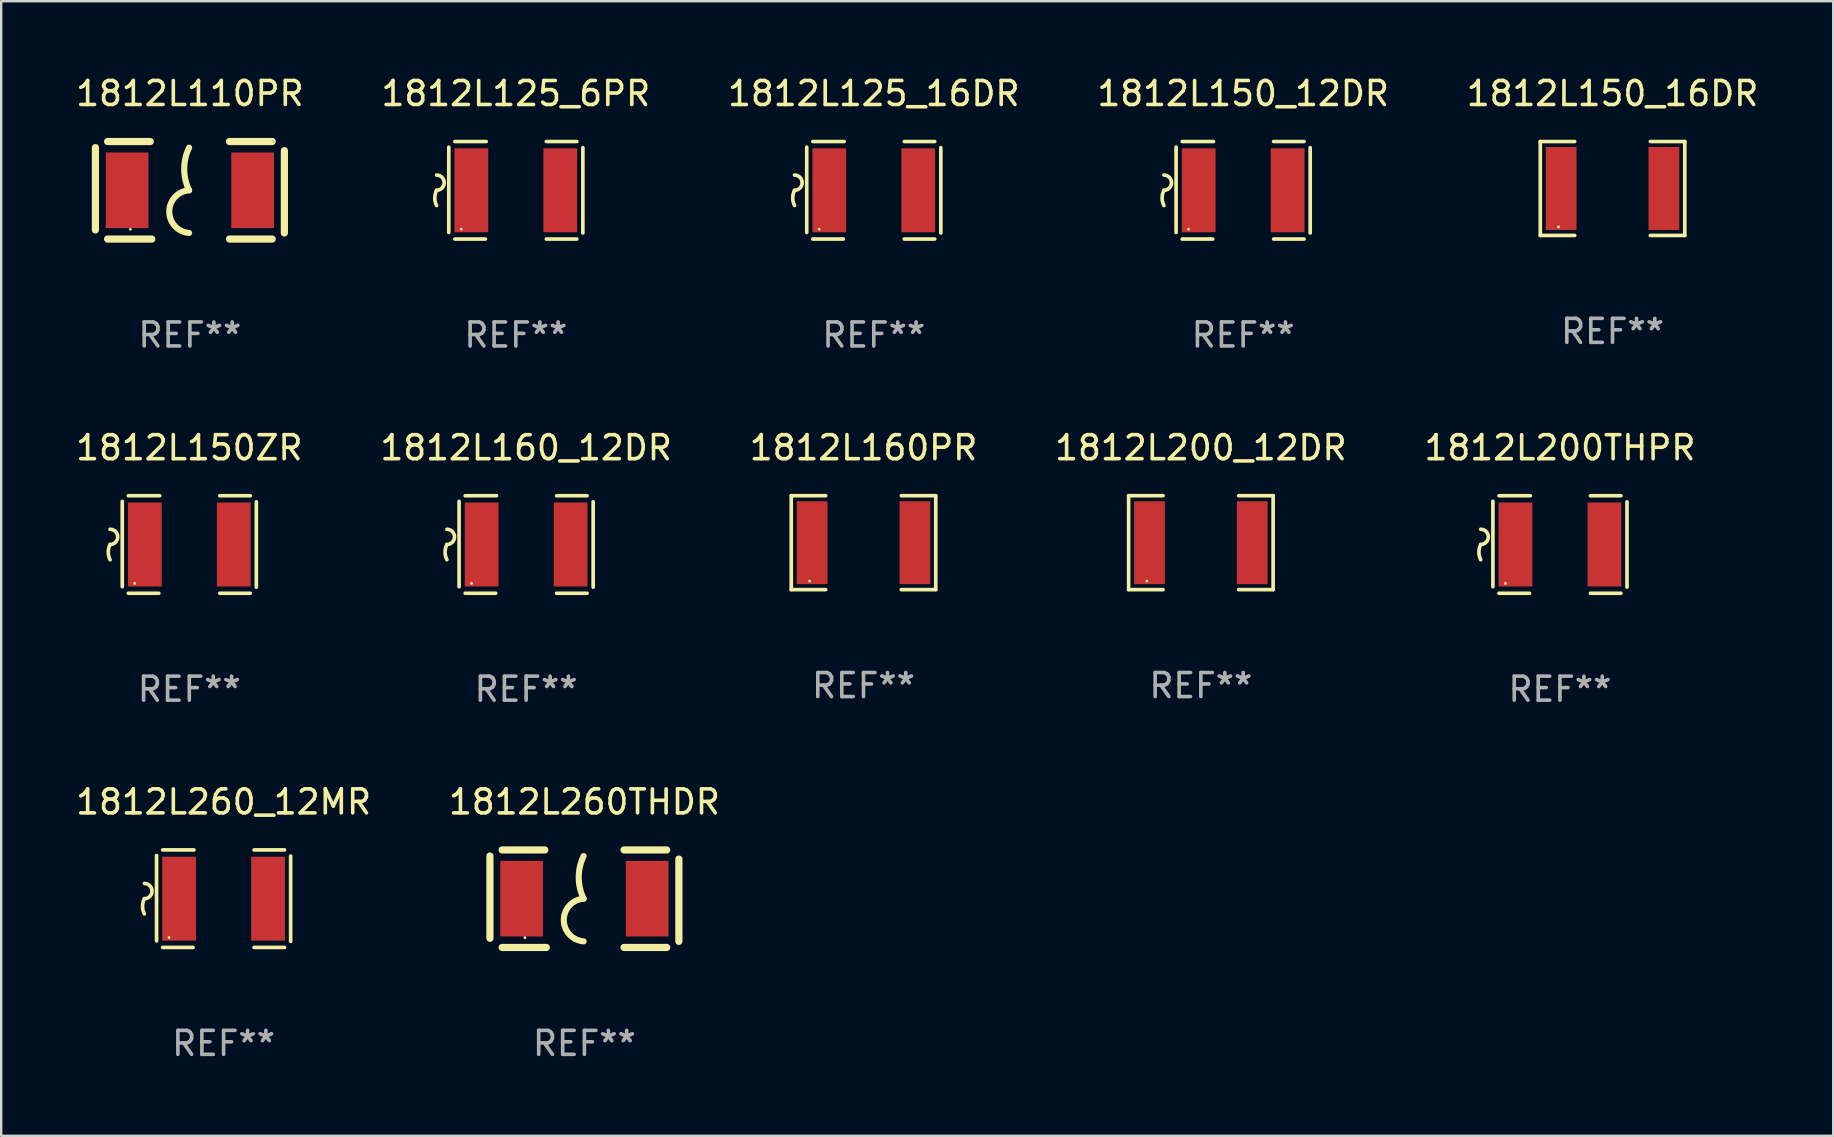
<source format=kicad_pcb>
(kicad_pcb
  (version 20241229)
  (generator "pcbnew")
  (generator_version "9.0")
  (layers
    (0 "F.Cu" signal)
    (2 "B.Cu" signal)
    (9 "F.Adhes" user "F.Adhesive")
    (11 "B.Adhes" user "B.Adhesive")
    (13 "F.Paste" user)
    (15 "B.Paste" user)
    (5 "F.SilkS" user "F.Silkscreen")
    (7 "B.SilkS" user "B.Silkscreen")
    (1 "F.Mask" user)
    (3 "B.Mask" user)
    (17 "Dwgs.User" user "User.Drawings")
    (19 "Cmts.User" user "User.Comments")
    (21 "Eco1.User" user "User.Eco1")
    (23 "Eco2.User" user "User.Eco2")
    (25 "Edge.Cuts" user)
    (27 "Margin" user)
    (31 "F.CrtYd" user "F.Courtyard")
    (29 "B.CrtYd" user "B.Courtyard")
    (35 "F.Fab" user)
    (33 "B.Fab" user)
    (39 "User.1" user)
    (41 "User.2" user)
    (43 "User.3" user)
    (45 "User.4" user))
  (footprint "1812L150ZR"
    (layer "F.Cu")
    (at 4.839 19.641)
    (property "Reference" "1812L150ZR" (at 0 -4.032 0) (layer "F.SilkS") (effects (font (size 1 1) (thickness 0.15))))
    (attr through_hole)
    (fp_line (start -2.794 -1.798) (end -2.794 1.758) (stroke (width 0.152) (type solid)) (layer "F.SilkS"))
    (fp_line (start -2.54 -2.032) (end -1.235 -2.032) (stroke (width 0.152) (type solid)) (layer "F.SilkS"))
    (fp_line (start -1.27 2.032) (end -2.54 2.032) (stroke (width 0.152) (type solid)) (layer "F.SilkS"))
    (fp_line (start 1.27 2.032) (end 2.54 2.032) (stroke (width 0.152) (type solid)) (layer "F.SilkS"))
    (fp_line (start 2.54 -2.032) (end 1.27 -2.032) (stroke (width 0.152) (type solid)) (layer "F.SilkS"))
    (fp_line (start 2.794 -1.778) (end 2.794 1.778) (stroke (width 0.152) (type solid)) (layer "F.SilkS"))
    (fp_arc (start -3.302007 -0.635002) (mid -2.984506 -0.317501) (end -3.302007 0) (stroke (width 0.151994) (type solid)) (layer "F.SilkS"))
    (fp_arc (start -3.302007 0.635002) (mid -3.376959 0.317501) (end -3.302007 0) (stroke (width 0.151994) (type solid)) (layer "F.SilkS"))
    (fp_circle (center -2.275 1.62) (end -2.245 1.62) (stroke (width 0.06) (type solid)) (fill no) (layer "F.SilkS"))
    (fp_text user "REF**" (at 0 6.032 0) (layer "F.Fab") (effects (font (size 1 1) (thickness 0.15))))
    (pad "1" smd rect (at -1.853 0) (size 1.407 3.499) (layers "F.Cu" "F.Mask" "F.Paste"))
    (pad "2" smd rect (at 1.853 0) (size 1.407 3.499) (layers "F.Cu" "F.Mask" "F.Paste")))
  (footprint "1812L125_6PR"
    (layer "F.Cu")
    (at 18.446 4.88)
    (property "Reference" "1812L125_6PR" (at 0 -4.032 0) (layer "F.SilkS") (effects (font (size 1 1) (thickness 0.15))))
    (attr through_hole)
    (fp_line (start -2.794 -1.798) (end -2.794 1.758) (stroke (width 0.152) (type solid)) (layer "F.SilkS"))
    (fp_line (start -2.54 -2.032) (end -1.235 -2.032) (stroke (width 0.152) (type solid)) (layer "F.SilkS"))
    (fp_line (start -1.27 2.032) (end -2.54 2.032) (stroke (width 0.152) (type solid)) (layer "F.SilkS"))
    (fp_line (start 1.27 2.032) (end 2.54 2.032) (stroke (width 0.152) (type solid)) (layer "F.SilkS"))
    (fp_line (start 2.54 -2.032) (end 1.27 -2.032) (stroke (width 0.152) (type solid)) (layer "F.SilkS"))
    (fp_line (start 2.794 -1.778) (end 2.794 1.778) (stroke (width 0.152) (type solid)) (layer "F.SilkS"))
    (fp_arc (start -3.302007 -0.635002) (mid -2.984506 -0.317501) (end -3.302007 0) (stroke (width 0.151994) (type solid)) (layer "F.SilkS"))
    (fp_arc (start -3.302007 0.635002) (mid -3.376959 0.317501) (end -3.302007 0) (stroke (width 0.151994) (type solid)) (layer "F.SilkS"))
    (fp_circle (center -2.275 1.62) (end -2.245 1.62) (stroke (width 0.06) (type solid)) (fill no) (layer "F.SilkS"))
    (fp_text user "REF**" (at 0 6.032 0) (layer "F.Fab") (effects (font (size 1 1) (thickness 0.15))))
    (pad "1" smd rect (at -1.853 0) (size 1.407 3.499) (layers "F.Cu" "F.Mask" "F.Paste"))
    (pad "2" smd rect (at 1.853 0) (size 1.407 3.499) (layers "F.Cu" "F.Mask" "F.Paste")))
  (footprint "1812L150_12DR"
    (layer "F.Cu")
    (at 48.756 4.88)
    (property "Reference" "1812L150_12DR" (at 0 -4.032 0) (layer "F.SilkS") (effects (font (size 1 1) (thickness 0.15))))
    (attr through_hole)
    (fp_line (start -2.794 -1.798) (end -2.794 1.758) (stroke (width 0.152) (type solid)) (layer "F.SilkS"))
    (fp_line (start -2.54 -2.032) (end -1.235 -2.032) (stroke (width 0.152) (type solid)) (layer "F.SilkS"))
    (fp_line (start -1.27 2.032) (end -2.54 2.032) (stroke (width 0.152) (type solid)) (layer "F.SilkS"))
    (fp_line (start 1.27 2.032) (end 2.54 2.032) (stroke (width 0.152) (type solid)) (layer "F.SilkS"))
    (fp_line (start 2.54 -2.032) (end 1.27 -2.032) (stroke (width 0.152) (type solid)) (layer "F.SilkS"))
    (fp_line (start 2.794 -1.778) (end 2.794 1.778) (stroke (width 0.152) (type solid)) (layer "F.SilkS"))
    (fp_arc (start -3.302007 -0.635002) (mid -2.984506 -0.317501) (end -3.302007 0) (stroke (width 0.151994) (type solid)) (layer "F.SilkS"))
    (fp_arc (start -3.302007 0.635002) (mid -3.376959 0.317501) (end -3.302007 0) (stroke (width 0.151994) (type solid)) (layer "F.SilkS"))
    (fp_circle (center -2.275 1.62) (end -2.245 1.62) (stroke (width 0.06) (type solid)) (fill no) (layer "F.SilkS"))
    (fp_text user "REF**" (at 0 6.032 0) (layer "F.Fab") (effects (font (size 1 1) (thickness 0.15))))
    (pad "1" smd rect (at -1.853 0) (size 1.407 3.499) (layers "F.Cu" "F.Mask" "F.Paste"))
    (pad "2" smd rect (at 1.853 0) (size 1.407 3.499) (layers "F.Cu" "F.Mask" "F.Paste")))
  (footprint "1812L110PR"
    (layer "F.Cu")
    (at 4.863 4.88)
    (property "Reference" "1812L110PR" (at 0 -4.032 0) (layer "F.SilkS") (effects (font (size 1 1) (thickness 0.15))))
    (attr through_hole)
    (fp_line (start -3.937 -1.778) (end -3.937 1.651) (stroke (width 0.3) (type solid)) (layer "F.SilkS"))
    (fp_line (start -3.429 2.032) (end -1.588 2.032) (stroke (width 0.3) (type solid)) (layer "F.SilkS"))
    (fp_line (start -1.651 -2.032) (end -3.429 -2.032) (stroke (width 0.3) (type solid)) (layer "F.SilkS"))
    (fp_line (start 1.651 2.032) (end 3.429 2.032) (stroke (width 0.3) (type solid)) (layer "F.SilkS"))
    (fp_line (start 3.429 -2.032) (end 1.651 -2.032) (stroke (width 0.3) (type solid)) (layer "F.SilkS"))
    (fp_line (start 3.937 1.778) (end 3.937 -1.651) (stroke (width 0.3) (type solid)) (layer "F.SilkS"))
    (fp_arc (start -0.033147 -0.000001) (mid -0.236293 -0.889002) (end -0.033147 -1.778004) (stroke (width 0.254001) (type solid)) (layer "F.SilkS"))
    (fp_arc (start -0.033147 1.778004) (mid -0.858935 0.889002) (end -0.033146 0) (stroke (width 0.254001) (type solid)) (layer "F.SilkS"))
    (fp_circle (center -2.479 1.625) (end -2.449 1.625) (stroke (width 0.06) (type solid)) (fill no) (layer "F.SilkS"))
    (fp_text user "REF**" (at 0 6.032 0) (layer "F.Fab") (effects (font (size 1 1) (thickness 0.15))))
    (pad "1" smd rect (at -2.615 0) (size 1.78 3.15) (layers "F.Cu" "F.Mask" "F.Paste"))
    (pad "2" smd rect (at 2.615 0) (size 1.78 3.15) (layers "F.Cu" "F.Mask" "F.Paste")))
  (footprint "1812L160PR"
    (layer "F.Cu")
    (at 32.935 19.565)
    (property "Reference" "1812L160PR" (at 0 -3.957 0) (layer "F.SilkS") (effects (font (size 1 1) (thickness 0.15))))
    (attr through_hole)
    (fp_line (start -3.011 -1.957) (end -1.576 -1.957) (stroke (width 0.152) (type solid)) (layer "F.SilkS"))
    (fp_line (start -3.011 1.957) (end -3.011 -1.957) (stroke (width 0.152) (type solid)) (layer "F.SilkS"))
    (fp_line (start -1.576 1.957) (end -3.011 1.957) (stroke (width 0.152) (type solid)) (layer "F.SilkS"))
    (fp_line (start 1.576 1.957) (end 3.011 1.957) (stroke (width 0.152) (type solid)) (layer "F.SilkS"))
    (fp_line (start 3.011 -1.957) (end 1.576 -1.957) (stroke (width 0.152) (type solid)) (layer "F.SilkS"))
    (fp_line (start 3.011 1.957) (end 3.011 -1.957) (stroke (width 0.152) (type solid)) (layer "F.SilkS"))
    (fp_circle (center -2.25 1.6) (end -2.22 1.6) (stroke (width 0.06) (type solid)) (fill no) (layer "F.SilkS"))
    (fp_text user "REF**" (at 0 5.957 0) (layer "F.Fab") (effects (font (size 1 1) (thickness 0.15))))
    (pad "1" smd rect (at -2.141 0) (size 1.283 3.456) (layers "F.Cu" "F.Mask" "F.Paste"))
    (pad "2" smd rect (at 2.141 0) (size 1.283 3.456) (layers "F.Cu" "F.Mask" "F.Paste")))
  (footprint "1812L150_16DR"
    (layer "F.Cu")
    (at 64.149 4.805)
    (property "Reference" "1812L150_16DR" (at 0 -3.957 0) (layer "F.SilkS") (effects (font (size 1 1) (thickness 0.15))))
    (attr through_hole)
    (fp_line (start -3.011 -1.957) (end -1.576 -1.957) (stroke (width 0.152) (type solid)) (layer "F.SilkS"))
    (fp_line (start -3.011 1.957) (end -3.011 -1.957) (stroke (width 0.152) (type solid)) (layer "F.SilkS"))
    (fp_line (start -1.576 1.957) (end -3.011 1.957) (stroke (width 0.152) (type solid)) (layer "F.SilkS"))
    (fp_line (start 1.576 1.957) (end 3.011 1.957) (stroke (width 0.152) (type solid)) (layer "F.SilkS"))
    (fp_line (start 3.011 -1.957) (end 1.576 -1.957) (stroke (width 0.152) (type solid)) (layer "F.SilkS"))
    (fp_line (start 3.011 1.957) (end 3.011 -1.957) (stroke (width 0.152) (type solid)) (layer "F.SilkS"))
    (fp_circle (center -2.25 1.6) (end -2.22 1.6) (stroke (width 0.06) (type solid)) (fill no) (layer "F.SilkS"))
    (fp_text user "REF**" (at 0 5.957 0) (layer "F.Fab") (effects (font (size 1 1) (thickness 0.15))))
    (pad "1" smd rect (at -2.141 0) (size 1.283 3.456) (layers "F.Cu" "F.Mask" "F.Paste"))
    (pad "2" smd rect (at 2.141 0) (size 1.283 3.456) (layers "F.Cu" "F.Mask" "F.Paste")))
  (footprint "1812L260_12MR"
    (layer "F.Cu")
    (at 6.268 34.401)
    (property "Reference" "1812L260_12MR" (at 0 -4.032 0) (layer "F.SilkS") (effects (font (size 1 1) (thickness 0.15))))
    (attr through_hole)
    (fp_line (start -2.794 -1.798) (end -2.794 1.758) (stroke (width 0.152) (type solid)) (layer "F.SilkS"))
    (fp_line (start -2.54 -2.032) (end -1.235 -2.032) (stroke (width 0.152) (type solid)) (layer "F.SilkS"))
    (fp_line (start -1.27 2.032) (end -2.54 2.032) (stroke (width 0.152) (type solid)) (layer "F.SilkS"))
    (fp_line (start 1.27 2.032) (end 2.54 2.032) (stroke (width 0.152) (type solid)) (layer "F.SilkS"))
    (fp_line (start 2.54 -2.032) (end 1.27 -2.032) (stroke (width 0.152) (type solid)) (layer "F.SilkS"))
    (fp_line (start 2.794 -1.778) (end 2.794 1.778) (stroke (width 0.152) (type solid)) (layer "F.SilkS"))
    (fp_arc (start -3.302007 -0.635002) (mid -2.984506 -0.317501) (end -3.302007 0) (stroke (width 0.151994) (type solid)) (layer "F.SilkS"))
    (fp_arc (start -3.302007 0.635002) (mid -3.376959 0.317501) (end -3.302007 0) (stroke (width 0.151994) (type solid)) (layer "F.SilkS"))
    (fp_circle (center -2.275 1.62) (end -2.245 1.62) (stroke (width 0.06) (type solid)) (fill no) (layer "F.SilkS"))
    (fp_text user "REF**" (at 0 6.032 0) (layer "F.Fab") (effects (font (size 1 1) (thickness 0.15))))
    (pad "1" smd rect (at -1.853 0) (size 1.407 3.499) (layers "F.Cu" "F.Mask" "F.Paste"))
    (pad "2" smd rect (at 1.853 0) (size 1.407 3.499) (layers "F.Cu" "F.Mask" "F.Paste")))
  (footprint "1812L260THDR"
    (layer "F.Cu")
    (at 21.304 34.401)
    (property "Reference" "1812L260THDR" (at 0 -4.032 0) (layer "F.SilkS") (effects (font (size 1 1) (thickness 0.15))))
    (attr through_hole)
    (fp_line (start -3.937 -1.778) (end -3.937 1.651) (stroke (width 0.3) (type solid)) (layer "F.SilkS"))
    (fp_line (start -3.429 2.032) (end -1.588 2.032) (stroke (width 0.3) (type solid)) (layer "F.SilkS"))
    (fp_line (start -1.651 -2.032) (end -3.429 -2.032) (stroke (width 0.3) (type solid)) (layer "F.SilkS"))
    (fp_line (start 1.651 2.032) (end 3.429 2.032) (stroke (width 0.3) (type solid)) (layer "F.SilkS"))
    (fp_line (start 3.429 -2.032) (end 1.651 -2.032) (stroke (width 0.3) (type solid)) (layer "F.SilkS"))
    (fp_line (start 3.937 1.778) (end 3.937 -1.651) (stroke (width 0.3) (type solid)) (layer "F.SilkS"))
    (fp_arc (start -0.033147 -0.000001) (mid -0.236293 -0.889002) (end -0.033147 -1.778004) (stroke (width 0.254001) (type solid)) (layer "F.SilkS"))
    (fp_arc (start -0.033147 1.778004) (mid -0.858935 0.889002) (end -0.033146 0) (stroke (width 0.254001) (type solid)) (layer "F.SilkS"))
    (fp_circle (center -2.479 1.625) (end -2.449 1.625) (stroke (width 0.06) (type solid)) (fill no) (layer "F.SilkS"))
    (fp_text user "REF**" (at 0 6.032 0) (layer "F.Fab") (effects (font (size 1 1) (thickness 0.15))))
    (pad "1" smd rect (at -2.615 0) (size 1.78 3.15) (layers "F.Cu" "F.Mask" "F.Paste"))
    (pad "2" smd rect (at 2.615 0) (size 1.78 3.15) (layers "F.Cu" "F.Mask" "F.Paste")))
  (footprint "1812L125_16DR"
    (layer "F.Cu")
    (at 33.363 4.88)
    (property "Reference" "1812L125_16DR" (at 0 -4.032 0) (layer "F.SilkS") (effects (font (size 1 1) (thickness 0.15))))
    (attr through_hole)
    (fp_line (start -2.794 -1.798) (end -2.794 1.758) (stroke (width 0.152) (type solid)) (layer "F.SilkS"))
    (fp_line (start -2.54 -2.032) (end -1.235 -2.032) (stroke (width 0.152) (type solid)) (layer "F.SilkS"))
    (fp_line (start -1.27 2.032) (end -2.54 2.032) (stroke (width 0.152) (type solid)) (layer "F.SilkS"))
    (fp_line (start 1.27 2.032) (end 2.54 2.032) (stroke (width 0.152) (type solid)) (layer "F.SilkS"))
    (fp_line (start 2.54 -2.032) (end 1.27 -2.032) (stroke (width 0.152) (type solid)) (layer "F.SilkS"))
    (fp_line (start 2.794 -1.778) (end 2.794 1.778) (stroke (width 0.152) (type solid)) (layer "F.SilkS"))
    (fp_arc (start -3.302007 -0.635002) (mid -2.984506 -0.317501) (end -3.302007 0) (stroke (width 0.151994) (type solid)) (layer "F.SilkS"))
    (fp_arc (start -3.302007 0.635002) (mid -3.376959 0.317501) (end -3.302007 0) (stroke (width 0.151994) (type solid)) (layer "F.SilkS"))
    (fp_circle (center -2.275 1.62) (end -2.245 1.62) (stroke (width 0.06) (type solid)) (fill no) (layer "F.SilkS"))
    (fp_text user "REF**" (at 0 6.032 0) (layer "F.Fab") (effects (font (size 1 1) (thickness 0.15))))
    (pad "1" smd rect (at -1.853 0) (size 1.407 3.499) (layers "F.Cu" "F.Mask" "F.Paste"))
    (pad "2" smd rect (at 1.853 0) (size 1.407 3.499) (layers "F.Cu" "F.Mask" "F.Paste")))
  (footprint "1812L200THPR"
    (layer "F.Cu")
    (at 61.958 19.641)
    (property "Reference" "1812L200THPR" (at 0 -4.032 0) (layer "F.SilkS") (effects (font (size 1 1) (thickness 0.15))))
    (attr through_hole)
    (fp_line (start -2.794 -1.798) (end -2.794 1.758) (stroke (width 0.152) (type solid)) (layer "F.SilkS"))
    (fp_line (start -2.54 -2.032) (end -1.235 -2.032) (stroke (width 0.152) (type solid)) (layer "F.SilkS"))
    (fp_line (start -1.27 2.032) (end -2.54 2.032) (stroke (width 0.152) (type solid)) (layer "F.SilkS"))
    (fp_line (start 1.27 2.032) (end 2.54 2.032) (stroke (width 0.152) (type solid)) (layer "F.SilkS"))
    (fp_line (start 2.54 -2.032) (end 1.27 -2.032) (stroke (width 0.152) (type solid)) (layer "F.SilkS"))
    (fp_line (start 2.794 -1.778) (end 2.794 1.778) (stroke (width 0.152) (type solid)) (layer "F.SilkS"))
    (fp_arc (start -3.302007 -0.635002) (mid -2.984506 -0.317501) (end -3.302007 0) (stroke (width 0.151994) (type solid)) (layer "F.SilkS"))
    (fp_arc (start -3.302007 0.635002) (mid -3.376959 0.317501) (end -3.302007 0) (stroke (width 0.151994) (type solid)) (layer "F.SilkS"))
    (fp_circle (center -2.275 1.62) (end -2.245 1.62) (stroke (width 0.06) (type solid)) (fill no) (layer "F.SilkS"))
    (fp_text user "REF**" (at 0 6.032 0) (layer "F.Fab") (effects (font (size 1 1) (thickness 0.15))))
    (pad "1" smd rect (at -1.853 0) (size 1.407 3.499) (layers "F.Cu" "F.Mask" "F.Paste"))
    (pad "2" smd rect (at 1.853 0) (size 1.407 3.499) (layers "F.Cu" "F.Mask" "F.Paste")))
  (footprint "1812L160_12DR"
    (layer "F.Cu")
    (at 18.875 19.641)
    (property "Reference" "1812L160_12DR" (at 0 -4.032 0) (layer "F.SilkS") (effects (font (size 1 1) (thickness 0.15))))
    (attr through_hole)
    (fp_line (start -2.794 -1.798) (end -2.794 1.758) (stroke (width 0.152) (type solid)) (layer "F.SilkS"))
    (fp_line (start -2.54 -2.032) (end -1.235 -2.032) (stroke (width 0.152) (type solid)) (layer "F.SilkS"))
    (fp_line (start -1.27 2.032) (end -2.54 2.032) (stroke (width 0.152) (type solid)) (layer "F.SilkS"))
    (fp_line (start 1.27 2.032) (end 2.54 2.032) (stroke (width 0.152) (type solid)) (layer "F.SilkS"))
    (fp_line (start 2.54 -2.032) (end 1.27 -2.032) (stroke (width 0.152) (type solid)) (layer "F.SilkS"))
    (fp_line (start 2.794 -1.778) (end 2.794 1.778) (stroke (width 0.152) (type solid)) (layer "F.SilkS"))
    (fp_arc (start -3.302007 -0.635002) (mid -2.984506 -0.317501) (end -3.302007 0) (stroke (width 0.151994) (type solid)) (layer "F.SilkS"))
    (fp_arc (start -3.302007 0.635002) (mid -3.376959 0.317501) (end -3.302007 0) (stroke (width 0.151994) (type solid)) (layer "F.SilkS"))
    (fp_circle (center -2.275 1.62) (end -2.245 1.62) (stroke (width 0.06) (type solid)) (fill no) (layer "F.SilkS"))
    (fp_text user "REF**" (at 0 6.032 0) (layer "F.Fab") (effects (font (size 1 1) (thickness 0.15))))
    (pad "1" smd rect (at -1.853 0) (size 1.407 3.499) (layers "F.Cu" "F.Mask" "F.Paste"))
    (pad "2" smd rect (at 1.853 0) (size 1.407 3.499) (layers "F.Cu" "F.Mask" "F.Paste")))
  (footprint "1812L200_12DR"
    (layer "F.Cu")
    (at 46.994 19.565)
    (property "Reference" "1812L200_12DR" (at 0 -3.957 0) (layer "F.SilkS") (effects (font (size 1 1) (thickness 0.15))))
    (attr through_hole)
    (fp_line (start -3.011 -1.957) (end -1.576 -1.957) (stroke (width 0.152) (type solid)) (layer "F.SilkS"))
    (fp_line (start -3.011 1.957) (end -3.011 -1.957) (stroke (width 0.152) (type solid)) (layer "F.SilkS"))
    (fp_line (start -1.576 1.957) (end -3.011 1.957) (stroke (width 0.152) (type solid)) (layer "F.SilkS"))
    (fp_line (start 1.576 1.957) (end 3.011 1.957) (stroke (width 0.152) (type solid)) (layer "F.SilkS"))
    (fp_line (start 3.011 -1.957) (end 1.576 -1.957) (stroke (width 0.152) (type solid)) (layer "F.SilkS"))
    (fp_line (start 3.011 1.957) (end 3.011 -1.957) (stroke (width 0.152) (type solid)) (layer "F.SilkS"))
    (fp_circle (center -2.25 1.6) (end -2.22 1.6) (stroke (width 0.06) (type solid)) (fill no) (layer "F.SilkS"))
    (fp_text user "REF**" (at 0 5.957 0) (layer "F.Fab") (effects (font (size 1 1) (thickness 0.15))))
    (pad "1" smd rect (at -2.141 0) (size 1.283 3.456) (layers "F.Cu" "F.Mask" "F.Paste"))
    (pad "2" smd rect (at 2.141 0) (size 1.283 3.456) (layers "F.Cu" "F.Mask" "F.Paste")))
  (gr_rect
    (start -3 -3)
    (end 73.345 44.282)
    (stroke (width 0.1) (type default))
    (fill no)
    (layer "Edge.Cuts")))
</source>
